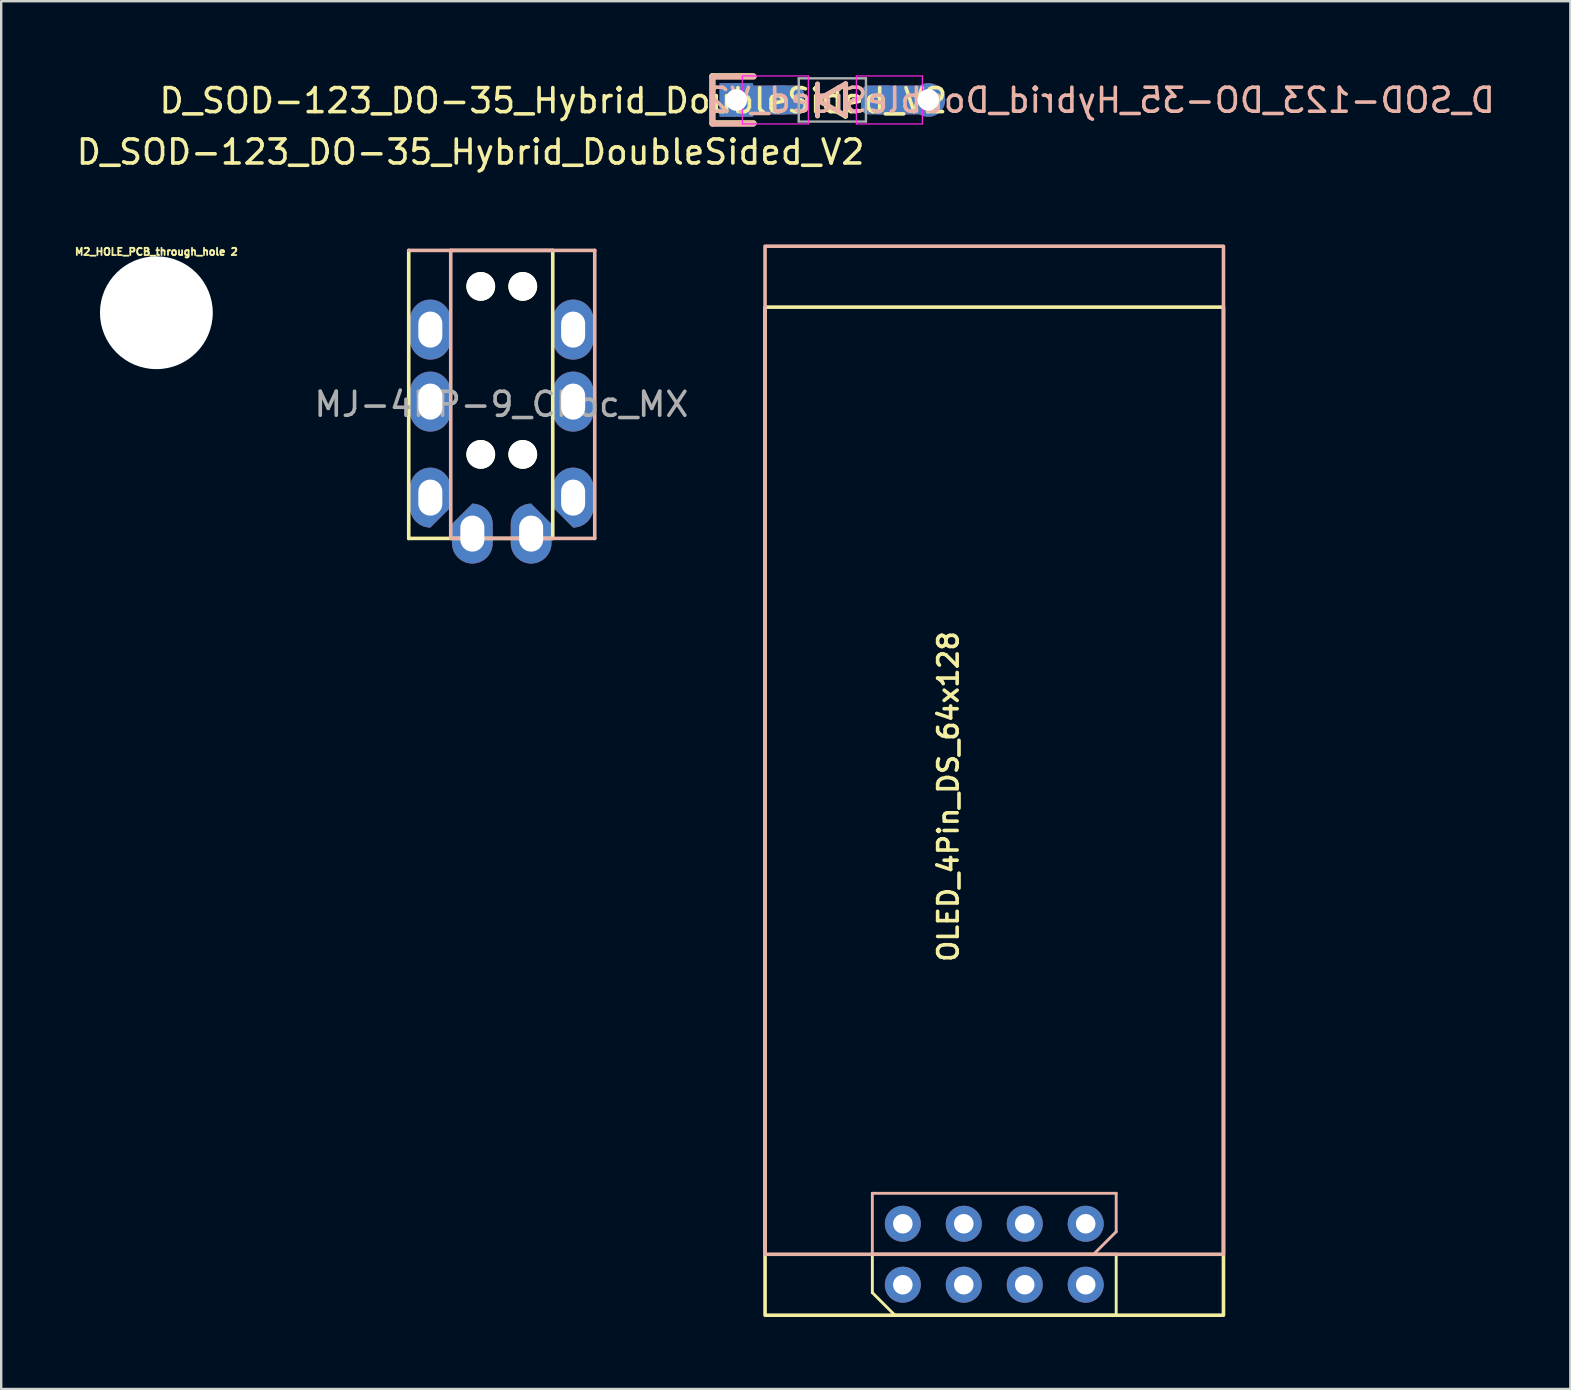
<source format=kicad_pcb>
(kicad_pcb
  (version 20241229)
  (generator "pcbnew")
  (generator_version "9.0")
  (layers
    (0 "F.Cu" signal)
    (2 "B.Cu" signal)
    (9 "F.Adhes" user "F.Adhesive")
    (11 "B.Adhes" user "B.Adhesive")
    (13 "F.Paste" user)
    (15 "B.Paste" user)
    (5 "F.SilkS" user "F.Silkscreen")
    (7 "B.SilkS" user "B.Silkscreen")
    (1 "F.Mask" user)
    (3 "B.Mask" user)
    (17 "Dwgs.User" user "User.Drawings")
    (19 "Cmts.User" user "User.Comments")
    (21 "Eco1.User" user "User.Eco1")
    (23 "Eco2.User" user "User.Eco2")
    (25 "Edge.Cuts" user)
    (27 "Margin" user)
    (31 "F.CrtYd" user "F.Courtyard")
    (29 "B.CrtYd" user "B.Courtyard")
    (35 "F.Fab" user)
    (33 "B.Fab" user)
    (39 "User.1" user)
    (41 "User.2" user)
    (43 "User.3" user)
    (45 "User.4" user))
  (footprint "D_SOD-123_DO-35_Hybrid_DoubleSided_V2"
    (layer "F.Cu")
    (at 31.63 1.115)
    (property "Reference" "D_SOD-123_DO-35_Hybrid_DoubleSided_V2" (at 1.43 2.17 0) (layer "F.SilkS") (effects (font (size 1 1) (thickness 0.15)) (justify right)))
    (attr smd)
    (fp_line (start -5 -0.99) (end -5 0.96) (stroke (width 0.25) (type default)) (layer "F.SilkS"))
    (fp_line (start -5 -0.99) (end -3.3 -0.99) (stroke (width 0.25) (type default)) (layer "F.SilkS"))
    (fp_line (start -4.99 0.97) (end -3.28 0.97) (stroke (width 0.25) (type default)) (layer "F.SilkS"))
    (fp_line (start -0.62 -0.66) (end -0.62 0.67) (stroke (width 0.2) (type solid)) (layer "F.SilkS"))
    (fp_line (start -0.62 0.005) (end 0.55 -0.65) (stroke (width 0.2) (type solid)) (layer "F.SilkS"))
    (fp_line (start 0.55 -0.65) (end 0.55 0.68) (stroke (width 0.2) (type solid)) (layer "F.SilkS"))
    (fp_line (start 0.55 0.68) (end -0.62 0.005) (stroke (width 0.2) (type solid)) (layer "F.SilkS"))
    (fp_line (start -4.995 0.988) (end -4.995 -0.963) (stroke (width 0.25) (type default)) (layer "B.SilkS"))
    (fp_line (start -4.995 0.988) (end -3.295 0.988) (stroke (width 0.25) (type default)) (layer "B.SilkS"))
    (fp_line (start -4.985 -0.973) (end -3.275 -0.973) (stroke (width 0.25) (type default)) (layer "B.SilkS"))
    (fp_line (start -0.615 -0.007) (end 0.555 0.647) (stroke (width 0.2) (type solid)) (layer "B.SilkS"))
    (fp_line (start -0.615 0.657) (end -0.615 -0.672) (stroke (width 0.2) (type solid)) (layer "B.SilkS"))
    (fp_line (start 0.555 -0.682) (end -0.615 -0.007) (stroke (width 0.2) (type solid)) (layer "B.SilkS"))
    (fp_line (start 0.555 0.647) (end 0.555 -0.682) (stroke (width 0.2) (type solid)) (layer "B.SilkS"))
    (fp_line (start -3.75 -1) (end -3.75 1) (stroke (width 0.05) (type default)) (layer "F.CrtYd"))
    (fp_line (start -3.75 -1) (end -1 -1) (stroke (width 0.05) (type solid)) (layer "F.CrtYd"))
    (fp_line (start -1 -1) (end -1 1) (stroke (width 0.05) (type default)) (layer "F.CrtYd"))
    (fp_line (start -1 1) (end -3.75 1) (stroke (width 0.05) (type solid)) (layer "F.CrtYd"))
    (fp_line (start 1 -1) (end 1 1) (stroke (width 0.05) (type default)) (layer "F.CrtYd"))
    (fp_line (start 1 -1) (end 3.75 -1) (stroke (width 0.05) (type solid)) (layer "F.CrtYd"))
    (fp_line (start 3.75 -1) (end 3.75 1) (stroke (width 0.05) (type default)) (layer "F.CrtYd"))
    (fp_line (start 3.75 1) (end 1 1) (stroke (width 0.05) (type solid)) (layer "F.CrtYd"))
    (fp_line (start -1.4 -0.9) (end 1.4 -0.9) (stroke (width 0.1) (type solid)) (layer "F.Fab"))
    (fp_line (start -1.4 0.9) (end -1.4 -0.9) (stroke (width 0.1) (type solid)) (layer "F.Fab"))
    (fp_line (start 1.4 -0.9) (end 1.4 0.9) (stroke (width 0.1) (type solid)) (layer "F.Fab"))
    (fp_line (start 1.4 0.9) (end -1.4 0.9) (stroke (width 0.1) (type solid)) (layer "F.Fab"))
    (fp_text user "${REFERENCE}" (at 4.88 0.03 0) (layer "F.SilkS") (effects (font (size 1 1) (thickness 0.15)) (justify right)))
    (fp_text user "${REFERENCE}" (at -5.31 0.013 0) (layer "B.SilkS") (effects (font (size 1 1) (thickness 0.15)) (justify right mirror)))
    (pad "1" thru_hole rect (at -4 0) (size 1.4 1.4) (drill 0.9) (layers "*.Cu" "*.Mask"))
    (pad "1" smd rect (at -2.75 0) (size 1.6 1.2) (layers "B.Cu"))
    (pad "1" smd rect (at -2.7 0) (size 1.6 1.2) (layers "F.Cu"))
    (pad "1" smd roundrect (at -1.95 0) (size 1.5 1.2) (layers "F.Cu" "F.Mask" "F.Paste") (roundrect_rratio 0.25))
    (pad "1" smd roundrect (at -1.9 0) (size 1.4 1.2) (layers "B.Cu" "B.Mask" "B.Paste") (roundrect_rratio 0.25))
    (pad "2" smd roundrect (at 1.9 0) (size 1.4 1.2) (layers "F.Cu" "F.Mask" "F.Paste") (roundrect_rratio 0.25))
    (pad "2" smd roundrect (at 1.9 0) (size 1.4 1.2) (layers "B.Cu" "B.Mask" "B.Paste") (roundrect_rratio 0.25))
    (pad "2" smd rect (at 2.96 0) (size 2.12 1.2) (layers "F.Cu"))
    (pad "2" smd rect (at 2.97 0) (size 2.14 1.2) (layers "B.Cu"))
    (pad "2" thru_hole circle (at 4 0) (size 1.4 1.4) (drill 0.9) (layers "*.Cu" "*.Mask")))
  (footprint "M2_HOLE_PCB_through_hole 2"
    (layer "F.Cu")
    (at 3.465 9.98)
    (property "Reference" "M2_HOLE_PCB_through_hole 2" (at 0 -2.54 0) (layer "F.SilkS") (effects (font (size 0.3 0.3) (thickness 0.076))))
    (attr through_hole)
    (fp_circle (center 0 0) (end 1.1 0) (stroke (width 0.12) (type default)) (fill no) (layer "User.2"))
    (pad "" np_thru_hole circle (at 0 0) (size 4.7 4.7) (drill 4.7) (layers "*.Cu" "*.Mask")))
  (footprint "OLED_4Pin_DS_64x128"
    (layer "F.Cu")
    (at 38.376 28.208)
    (property "Reference" "OLED_4Pin_DS_64x128" (at -1.915 1.93 90) (layer "F.SilkS") (effects (font (size 0.813 0.813) (thickness 0.15))))
    (attr through_hole)
    (fp_line (start -5.08 21) (end 5.08 21) (stroke (width 0.12) (type default)) (layer "F.SilkS"))
    (fp_line (start -5.08 22.601) (end -5.08 21) (stroke (width 0.12) (type default)) (layer "F.SilkS"))
    (fp_line (start -5.08 22.601) (end -4.14 23.54) (stroke (width 0.12) (type default)) (layer "F.SilkS"))
    (fp_line (start 5.08 21) (end 5.08 23.54) (stroke (width 0.12) (type default)) (layer "F.SilkS"))
    (fp_line (start 5.08 23.54) (end -4.14 23.54) (stroke (width 0.12) (type default)) (layer "F.SilkS"))
    (fp_rect (start -9.55 -18.46) (end 9.55 23.54) (stroke (width 0.15) (type default)) (fill no) (layer "F.SilkS"))
    (fp_line (start -5.08 18.46) (end -5.08 21) (stroke (width 0.12) (type default)) (layer "B.SilkS"))
    (fp_line (start -5.08 21) (end 4.14 21) (stroke (width 0.12) (type default)) (layer "B.SilkS"))
    (fp_line (start 5.08 18.46) (end -5.08 18.46) (stroke (width 0.12) (type default)) (layer "B.SilkS"))
    (fp_line (start 5.08 20.061) (end 4.14 21) (stroke (width 0.12) (type default)) (layer "B.SilkS"))
    (fp_line (start 5.08 20.061) (end 5.08 18.46) (stroke (width 0.12) (type default)) (layer "B.SilkS"))
    (fp_rect (start 9.55 -21) (end -9.55 21) (stroke (width 0.15) (type default)) (fill no) (layer "B.SilkS"))
    (fp_line (start -8.5 -16) (end -6.5 -16) (stroke (width 0.15) (type default)) (layer "Eco1.User"))
    (fp_line (start -8.5 -14) (end -8.5 -16) (stroke (width 0.15) (type default)) (layer "Eco1.User"))
    (fp_line (start -8.5 16) (end -8.5 14) (stroke (width 0.15) (type default)) (layer "Eco1.User"))
    (fp_line (start -8.5 16) (end -6.5 16) (stroke (width 0.15) (type default)) (layer "Eco1.User"))
    (fp_line (start 6.5 -16) (end 8.5 -16) (stroke (width 0.15) (type default)) (layer "Eco1.User"))
    (fp_line (start 6.5 16) (end 8.5 16) (stroke (width 0.15) (type default)) (layer "Eco1.User"))
    (fp_line (start 8.5 -14) (end 8.5 -16) (stroke (width 0.15) (type default)) (layer "Eco1.User"))
    (fp_line (start 8.5 16) (end 8.5 14) (stroke (width 0.15) (type default)) (layer "Eco1.User"))
    (fp_line (start -8.5 -11.46) (end -8.5 -13.46) (stroke (width 0.15) (type default)) (layer "Eco2.User"))
    (fp_line (start -8.5 18.54) (end -8.5 16.54) (stroke (width 0.15) (type default)) (layer "Eco2.User"))
    (fp_line (start -6.5 -13.46) (end -8.5 -13.46) (stroke (width 0.15) (type default)) (layer "Eco2.User"))
    (fp_line (start -6.5 18.54) (end -8.5 18.54) (stroke (width 0.15) (type default)) (layer "Eco2.User"))
    (fp_line (start 8.5 -13.46) (end 6.5 -13.46) (stroke (width 0.15) (type default)) (layer "Eco2.User"))
    (fp_line (start 8.5 -11.46) (end 8.5 -13.46) (stroke (width 0.15) (type default)) (layer "Eco2.User"))
    (fp_line (start 8.5 18.54) (end 6.5 18.54) (stroke (width 0.15) (type default)) (layer "Eco2.User"))
    (fp_line (start 8.5 18.54) (end 8.5 16.54) (stroke (width 0.15) (type default)) (layer "Eco2.User"))
    (pad "1" thru_hole circle (at -3.81 22.27) (size 1.5 1.5) (drill 0.813) (layers "*.Cu" "B.Mask"))
    (pad "1" thru_hole circle (at 3.81 19.73) (size 1.5 1.5) (drill 0.813) (layers "*.Cu" "F.Mask"))
    (pad "2" thru_hole circle (at -1.27 22.27) (size 1.5 1.5) (drill 0.813) (layers "*.Cu" "B.Mask"))
    (pad "2" thru_hole circle (at 1.27 19.73) (size 1.5 1.5) (drill 0.813) (layers "*.Cu" "F.Mask"))
    (pad "3" thru_hole circle (at -1.27 19.73) (size 1.5 1.5) (drill 0.813) (layers "*.Cu" "F.Mask"))
    (pad "3" thru_hole circle (at 1.27 22.27) (size 1.5 1.5) (drill 0.813) (layers "*.Cu" "B.Mask"))
    (pad "4" thru_hole circle (at -3.81 19.73) (size 1.5 1.5) (drill 0.813) (layers "*.Cu" "F.Mask"))
    (pad "4" thru_hole circle (at 3.81 22.27) (size 1.5 1.5) (drill 0.813) (layers "*.Cu" "B.Mask")))
  (footprint "MJ-4PP-9_Choc_MX"
    (layer "F.Cu")
    (at 18.73 7.383)
    (property "Reference" "MJ-4PP-9_Choc_MX" (at -0.889 6.413 0) (layer "F.Fab") (effects (font (size 1 1) (thickness 0.15))))
    (attr through_hole)
    (fp_line (start -4.75 12) (end -4.75 0) (stroke (width 0.15) (type solid)) (layer "F.SilkS"))
    (fp_line (start 1.25 0) (end 1.25 12) (stroke (width 0.15) (type solid)) (layer "F.SilkS"))
    (fp_line (start 1.25 12) (end -4.75 12) (stroke (width 0.15) (type solid)) (layer "F.SilkS"))
    (fp_line (start -4.75 0) (end 1.25 0) (stroke (width 0.15) (type solid)) (layer "B.SilkS"))
    (fp_line (start -3 0) (end 3 0) (stroke (width 0.15) (type solid)) (layer "B.SilkS"))
    (fp_line (start -3 12) (end -3 0) (stroke (width 0.15) (type solid)) (layer "B.SilkS"))
    (fp_line (start 3 0) (end 3 12) (stroke (width 0.15) (type solid)) (layer "B.SilkS"))
    (fp_line (start 3 12) (end -3 12) (stroke (width 0.15) (type solid)) (layer "B.SilkS"))
    (pad "" np_thru_hole circle (at -1.75 1.5) (size 1.2 1.2) (drill 1.2) (layers "*.Cu" "*.Mask" "F.SilkS"))
    (pad "" np_thru_hole circle (at -1.75 8.5) (size 1.2 1.2) (drill 1.2) (layers "*.Cu" "*.Mask" "F.SilkS"))
    (pad "" np_thru_hole circle (at 0 1.5) (size 1.2 1.2) (drill 1.2) (layers "*.Cu" "*.Mask" "F.SilkS"))
    (pad "" np_thru_hole circle (at 0 8.5) (size 1.2 1.2) (drill 1.2) (layers "*.Cu" "*.Mask" "F.SilkS"))
    (pad "1" thru_hole roundrect (at -3.85 10.3) (size 1.7 2.5) (drill oval 1 1.5) (layers "*.Cu" "F.Mask") (roundrect_rratio 0.5) (chamfer_ratio 0.5) (chamfer bottom_right))
    (pad "1" thru_hole roundrect (at 2.1 10.3) (size 1.7 2.5) (drill oval 1 1.5) (layers "*.Cu" "B.Mask") (roundrect_rratio 0.5) (chamfer_ratio 0.5) (chamfer bottom_left))
    (pad "2" thru_hole oval (at -3.85 6.3) (size 1.7 2.5) (drill oval 1 1.5) (layers "*.Cu" "F.Mask"))
    (pad "2" thru_hole oval (at 2.1 6.3) (size 1.7 2.5) (drill oval 1 1.5) (layers "*.Cu" "B.Mask"))
    (pad "3" thru_hole oval (at -3.85 3.3) (size 1.7 2.5) (drill oval 1 1.5) (layers "*.Cu" "F.Mask"))
    (pad "3" thru_hole oval (at 2.1 3.3) (size 1.7 2.5) (drill oval 1 1.5) (layers "*.Cu" "B.Mask"))
    (pad "4" thru_hole roundrect (at -2.1 11.8) (size 1.7 2.5) (drill oval 1 1.5) (layers "*.Cu" "B.Mask") (roundrect_rratio 0.5) (chamfer_ratio 0.5) (chamfer top_left))
    (pad "4" thru_hole roundrect (at 0.35 11.8) (size 1.7 2.5) (drill oval 1 1.5) (layers "*.Cu" "F.Mask") (roundrect_rratio 0.5) (chamfer_ratio 0.5) (chamfer top_right)))
  (gr_rect
    (start -3 -3)
    (end 62.379 54.823)
    (stroke (width 0.1) (type default))
    (fill no)
    (layer "Edge.Cuts")))
</source>
